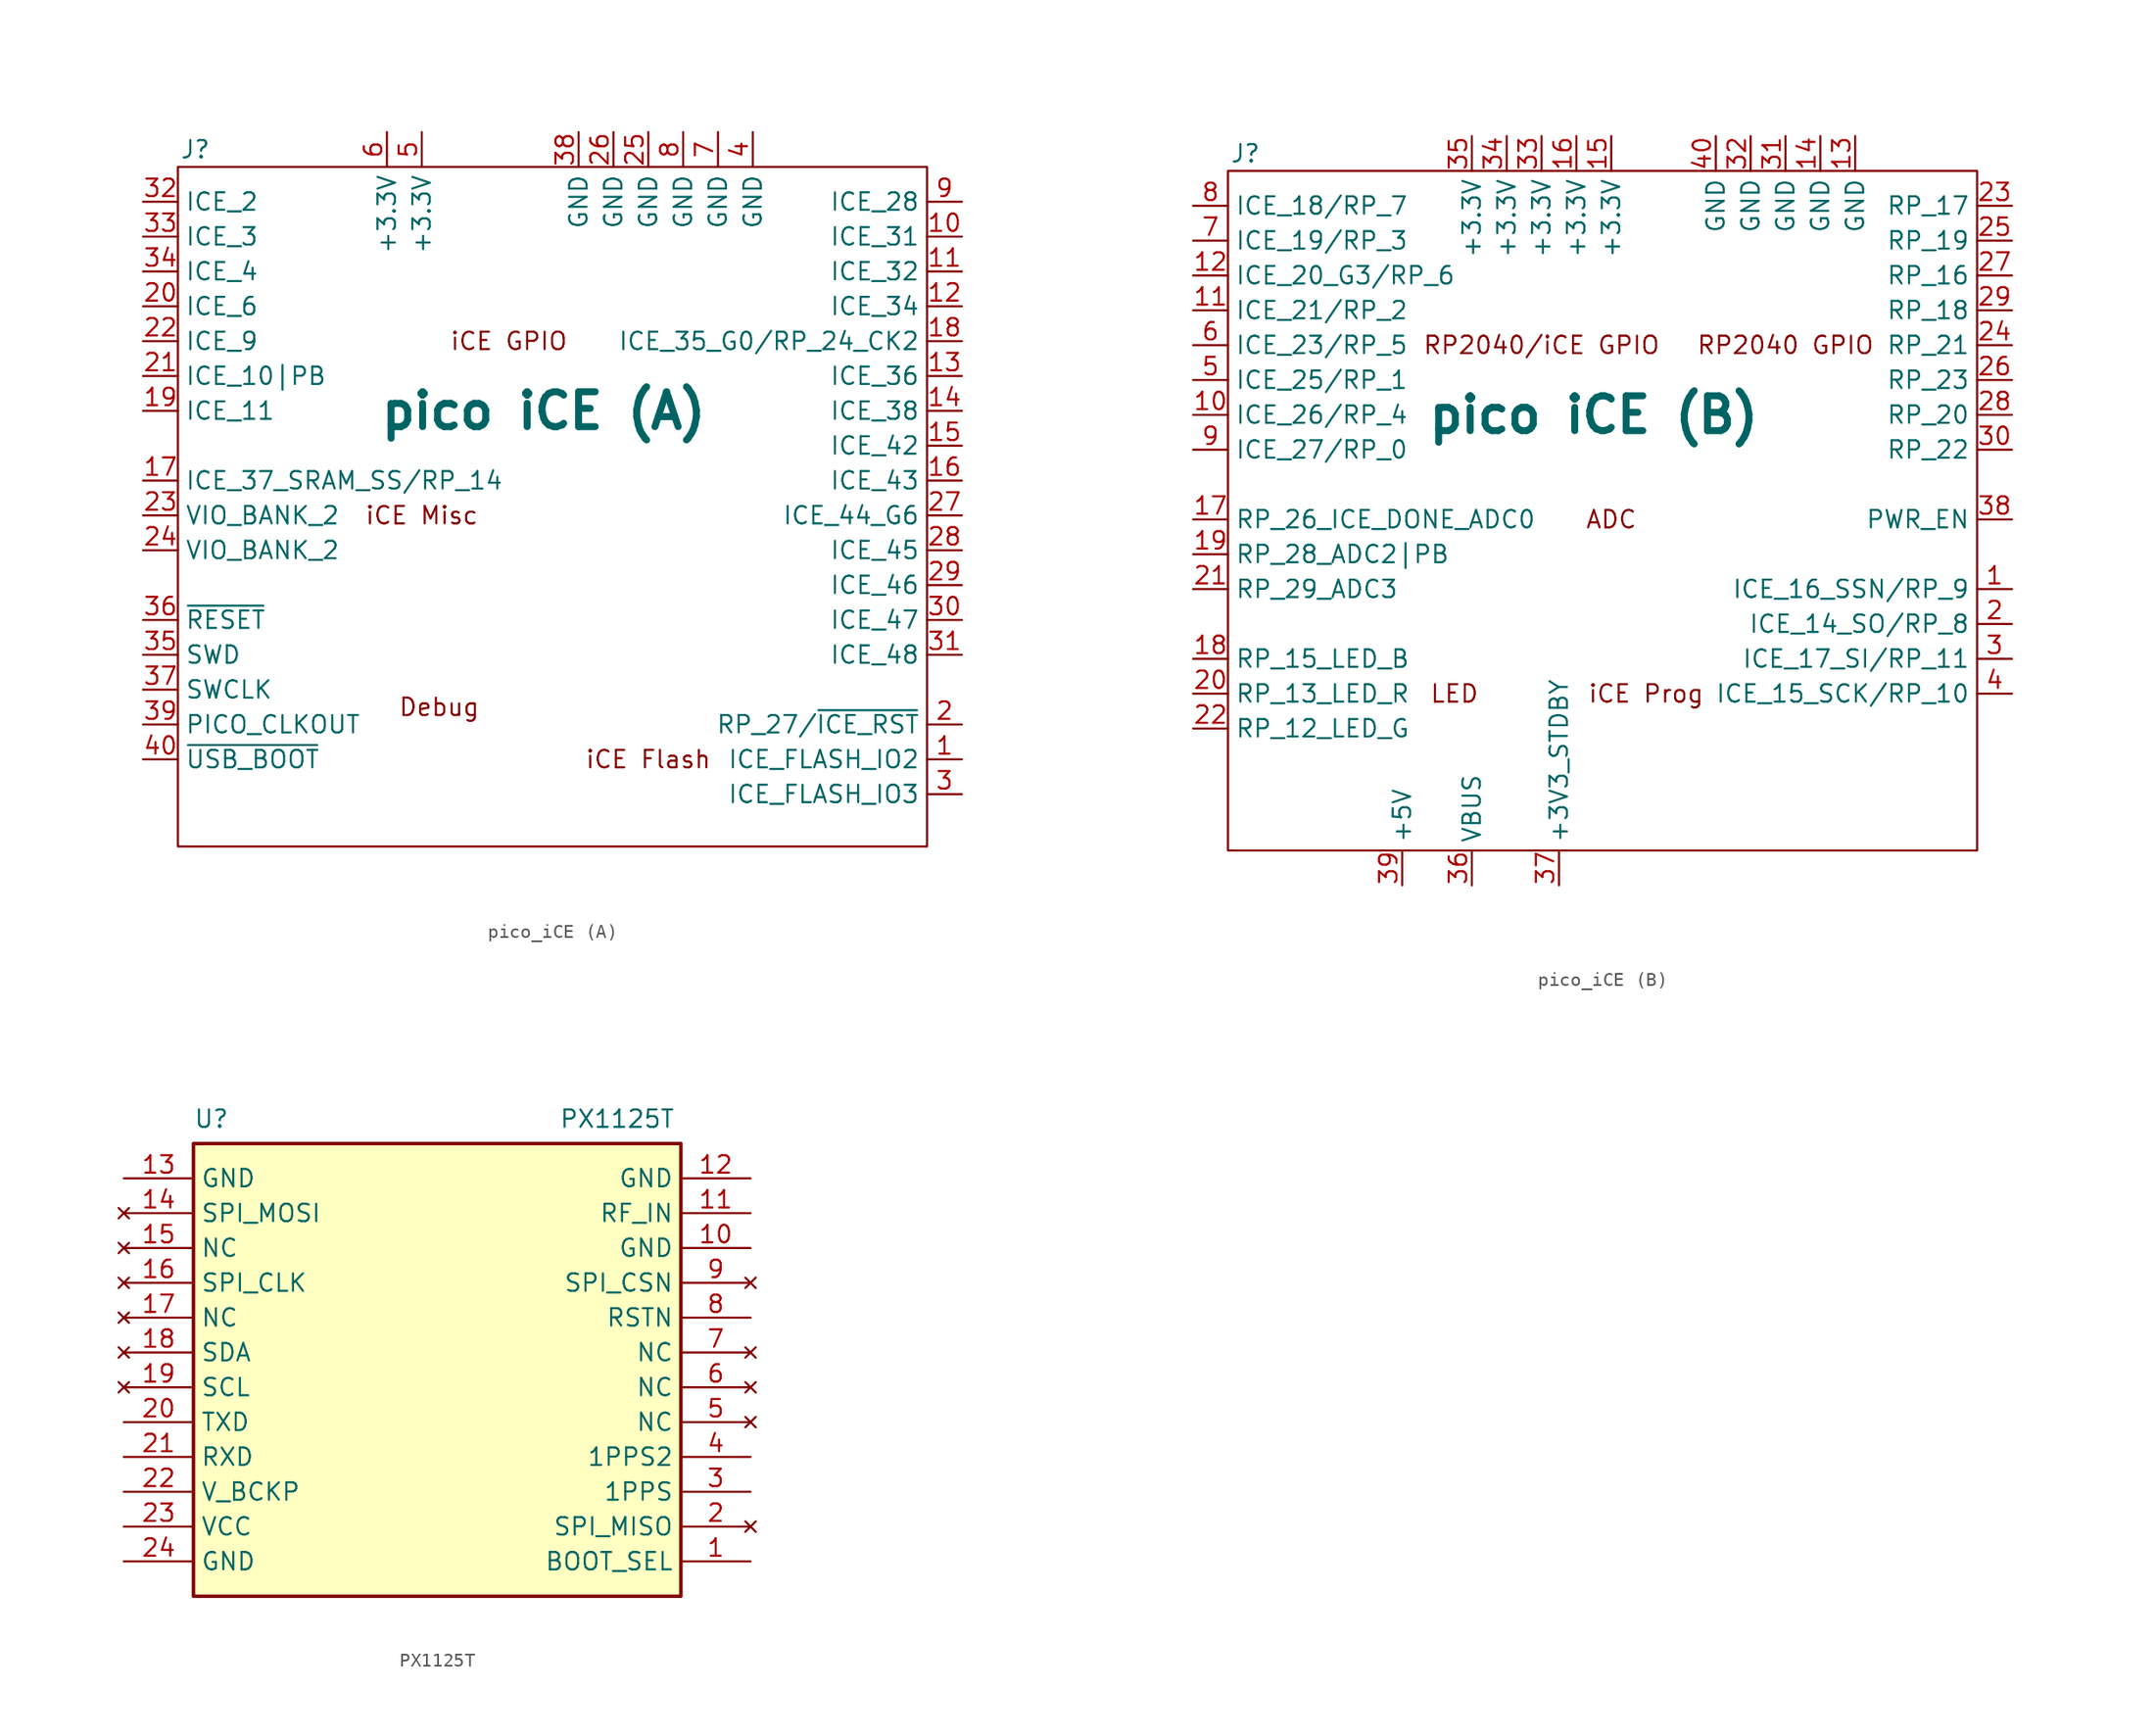
<source format=kicad_sym>
(kicad_symbol_lib
  (version 20220914)
  (generator kicad_symbol_editor)
  (symbol "pico_iCE (A)"
    (property "Reference" "J"
      (at 1.27 50.8 0)
      (effects (font (size 1.27 1.27))))
    (property "Value" "pico iCE (A)"
      (at 26.67 31.75 0)
      (do_not_autoplace)
      (effects (font (size 2.54 2.54) bold)))
    (symbol "pico_iCE (A)_0_1"
      (rectangle (start 0 49.53) (end 54.61 0) (stroke (width 0) (type default)) (fill (type none))))
    (symbol "pico_iCE (A)_1_1"
      (text "Debug" (at 19.05 10.16 0) (effects (font (size 1.27 1.27))))
      (text "iCE Flash" (at 34.29 6.35 0) (effects (font (size 1.27 1.27))))
      (text "iCE GPIO" (at 24.13 36.83 0) (effects (font (size 1.27 1.27))))
      (text "iCE Misc" (at 17.78 24.13 0) (effects (font (size 1.27 1.27))))
      (pin bidirectional line (at 57.15 6.35 180) (length 2.54) (name "ICE_FLASH_IO2" (effects (font (size 1.27 1.27)))) (number "1" (effects (font (size 1.27 1.27)))))
      (pin bidirectional line (at 57.15 44.45 180) (length 2.54) (name "ICE_31" (effects (font (size 1.27 1.27)))) (number "10" (effects (font (size 1.27 1.27)))))
      (pin bidirectional line (at 57.15 41.91 180) (length 2.54) (name "ICE_32" (effects (font (size 1.27 1.27)))) (number "11" (effects (font (size 1.27 1.27)))))
      (pin bidirectional line (at 57.15 39.37 180) (length 2.54) (name "ICE_34" (effects (font (size 1.27 1.27)))) (number "12" (effects (font (size 1.27 1.27)))))
      (pin bidirectional line (at 57.15 34.29 180) (length 2.54) (name "ICE_36" (effects (font (size 1.27 1.27)))) (number "13" (effects (font (size 1.27 1.27)))))
      (pin bidirectional line (at 57.15 31.75 180) (length 2.54) (name "ICE_38" (effects (font (size 1.27 1.27)))) (number "14" (effects (font (size 1.27 1.27)))))
      (pin bidirectional line (at 57.15 29.21 180) (length 2.54) (name "ICE_42" (effects (font (size 1.27 1.27)))) (number "15" (effects (font (size 1.27 1.27)))))
      (pin bidirectional line (at 57.15 26.67 180) (length 2.54) (name "ICE_43" (effects (font (size 1.27 1.27)))) (number "16" (effects (font (size 1.27 1.27)))))
      (pin bidirectional line (at -2.54 26.67 0) (length 2.54) (name "ICE_37_SRAM_SS/RP_14" (effects (font (size 1.27 1.27)))) (number "17" (effects (font (size 1.27 1.27)))))
      (pin bidirectional line (at 57.15 36.83 180) (length 2.54) (name "ICE_35_G0/RP_24_CK2" (effects (font (size 1.27 1.27)))) (number "18" (effects (font (size 1.27 1.27)))))
      (pin bidirectional line (at -2.54 31.75 0) (length 2.54) (name "ICE_11" (effects (font (size 1.27 1.27)))) (number "19" (effects (font (size 1.27 1.27)))))
      (pin bidirectional line (at 57.15 8.89 180) (length 2.54) (name "RP_27/~{ICE_RST}" (effects (font (size 1.27 1.27)))) (number "2" (effects (font (size 1.27 1.27)))))
      (pin bidirectional line (at -2.54 39.37 0) (length 2.54) (name "ICE_6" (effects (font (size 1.27 1.27)))) (number "20" (effects (font (size 1.27 1.27)))))
      (pin bidirectional line (at -2.54 34.29 0) (length 2.54) (name "ICE_10|PB" (effects (font (size 1.27 1.27)))) (number "21" (effects (font (size 1.27 1.27)))))
      (pin bidirectional line (at -2.54 36.83 0) (length 2.54) (name "ICE_9" (effects (font (size 1.27 1.27)))) (number "22" (effects (font (size 1.27 1.27)))))
      (pin bidirectional line (at -2.54 24.13 0) (length 2.54) (name "VIO_BANK_2" (effects (font (size 1.27 1.27)))) (number "23" (effects (font (size 1.27 1.27)))))
      (pin bidirectional line (at -2.54 21.59 0) (length 2.54) (name "VIO_BANK_2" (effects (font (size 1.27 1.27)))) (number "24" (effects (font (size 1.27 1.27)))))
      (pin passive line (at 34.29 52.07 270) (length 2.54) (name "GND" (effects (font (size 1.27 1.27)))) (number "25" (effects (font (size 1.27 1.27)))))
      (pin passive line (at 31.75 52.07 270) (length 2.54) (name "GND" (effects (font (size 1.27 1.27)))) (number "26" (effects (font (size 1.27 1.27)))))
      (pin bidirectional line (at 57.15 24.13 180) (length 2.54) (name "ICE_44_G6" (effects (font (size 1.27 1.27)))) (number "27" (effects (font (size 1.27 1.27)))))
      (pin bidirectional line (at 57.15 21.59 180) (length 2.54) (name "ICE_45" (effects (font (size 1.27 1.27)))) (number "28" (effects (font (size 1.27 1.27)))))
      (pin bidirectional line (at 57.15 19.05 180) (length 2.54) (name "ICE_46" (effects (font (size 1.27 1.27)))) (number "29" (effects (font (size 1.27 1.27)))))
      (pin bidirectional line (at 57.15 3.81 180) (length 2.54) (name "ICE_FLASH_IO3" (effects (font (size 1.27 1.27)))) (number "3" (effects (font (size 1.27 1.27)))))
      (pin bidirectional line (at 57.15 16.51 180) (length 2.54) (name "ICE_47" (effects (font (size 1.27 1.27)))) (number "30" (effects (font (size 1.27 1.27)))))
      (pin bidirectional line (at 57.15 13.97 180) (length 2.54) (name "ICE_48" (effects (font (size 1.27 1.27)))) (number "31" (effects (font (size 1.27 1.27)))))
      (pin bidirectional line (at -2.54 46.99 0) (length 2.54) (name "ICE_2" (effects (font (size 1.27 1.27)))) (number "32" (effects (font (size 1.27 1.27)))))
      (pin bidirectional line (at -2.54 44.45 0) (length 2.54) (name "ICE_3" (effects (font (size 1.27 1.27)))) (number "33" (effects (font (size 1.27 1.27)))))
      (pin bidirectional line (at -2.54 41.91 0) (length 2.54) (name "ICE_4" (effects (font (size 1.27 1.27)))) (number "34" (effects (font (size 1.27 1.27)))))
      (pin bidirectional line (at -2.54 13.97 0) (length 2.54) (name "SWD" (effects (font (size 1.27 1.27)))) (number "35" (effects (font (size 1.27 1.27)))))
      (pin bidirectional line (at -2.54 16.51 0) (length 2.54) (name "~{RESET}" (effects (font (size 1.27 1.27)))) (number "36" (effects (font (size 1.27 1.27)))))
      (pin bidirectional line (at -2.54 11.43 0) (length 2.54) (name "SWCLK" (effects (font (size 1.27 1.27)))) (number "37" (effects (font (size 1.27 1.27)))))
      (pin passive line (at 29.21 52.07 270) (length 2.54) (name "GND" (effects (font (size 1.27 1.27)))) (number "38" (effects (font (size 1.27 1.27)))))
      (pin output line (at -2.54 8.89 0) (length 2.54) (name "PICO_CLKOUT" (effects (font (size 1.27 1.27)))) (number "39" (effects (font (size 1.27 1.27)))))
      (pin power_out line (at 41.91 52.07 270) (length 2.54) (name "GND" (effects (font (size 1.27 1.27)))) (number "4" (effects (font (size 1.27 1.27)))))
      (pin input line (at -2.54 6.35 0) (length 2.54) (name "~{USB_BOOT}" (effects (font (size 1.27 1.27)))) (number "40" (effects (font (size 1.27 1.27)))))
      (pin power_out line (at 17.78 52.07 270) (length 2.54) (name "+3.3V" (effects (font (size 1.27 1.27)))) (number "5" (effects (font (size 1.27 1.27)))))
      (pin passive line (at 15.24 52.07 270) (length 2.54) (name "+3.3V" (effects (font (size 1.27 1.27)))) (number "6" (effects (font (size 1.27 1.27)))))
      (pin passive line (at 39.37 52.07 270) (length 2.54) (name "GND" (effects (font (size 1.27 1.27)))) (number "7" (effects (font (size 1.27 1.27)))))
      (pin passive line (at 36.83 52.07 270) (length 2.54) (name "GND" (effects (font (size 1.27 1.27)))) (number "8" (effects (font (size 1.27 1.27)))))
      (pin bidirectional line (at 57.15 46.99 180) (length 2.54) (name "ICE_28" (effects (font (size 1.27 1.27)))) (number "9" (effects (font (size 1.27 1.27)))))))
  (symbol "pico_iCE (B)"
    (property "Reference" "J"
      (at 1.27 50.8 0)
      (effects (font (size 1.27 1.27))))
    (property "Value" "pico iCE (B)"
      (at 26.67 31.75 0)
      (do_not_autoplace)
      (effects (font (size 2.54 2.54) bold)))
    (symbol "pico_iCE (B)_0_1"
      (rectangle (start 0 49.53) (end 54.61 0) (stroke (width 0) (type default)) (fill (type none))))
    (symbol "pico_iCE (B)_1_1"
      (text "ADC" (at 27.94 24.13 0) (effects (font (size 1.27 1.27))))
      (text "iCE Prog" (at 30.48 11.43 0) (effects (font (size 1.27 1.27))))
      (text "LED" (at 16.51 11.43 0) (effects (font (size 1.27 1.27))))
      (text "RP2040 GPIO" (at 40.64 36.83 0) (effects (font (size 1.27 1.27))))
      (text "RP2040/iCE GPIO" (at 22.86 36.83 0) (effects (font (size 1.27 1.27))))
      (pin bidirectional line (at 57.15 19.05 180) (length 2.54) (name "ICE_16_SSN/RP_9" (effects (font (size 1.27 1.27)))) (number "1" (effects (font (size 1.27 1.27)))))
      (pin bidirectional line (at -2.54 31.75 0) (length 2.54) (name "ICE_26/RP_4" (effects (font (size 1.27 1.27)))) (number "10" (effects (font (size 1.27 1.27)))))
      (pin bidirectional line (at -2.54 39.37 0) (length 2.54) (name "ICE_21/RP_2" (effects (font (size 1.27 1.27)))) (number "11" (effects (font (size 1.27 1.27)))))
      (pin bidirectional line (at -2.54 41.91 0) (length 2.54) (name "ICE_20_G3/RP_6" (effects (font (size 1.27 1.27)))) (number "12" (effects (font (size 1.27 1.27)))))
      (pin passive line (at 45.72 52.07 270) (length 2.54) (name "GND" (effects (font (size 1.27 1.27)))) (number "13" (effects (font (size 1.27 1.27)))))
      (pin passive line (at 43.18 52.07 270) (length 2.54) (name "GND" (effects (font (size 1.27 1.27)))) (number "14" (effects (font (size 1.27 1.27)))))
      (pin passive line (at 27.94 52.07 270) (length 2.54) (name "+3.3V" (effects (font (size 1.27 1.27)))) (number "15" (effects (font (size 1.27 1.27)))))
      (pin passive line (at 25.4 52.07 270) (length 2.54) (name "+3.3V" (effects (font (size 1.27 1.27)))) (number "16" (effects (font (size 1.27 1.27)))))
      (pin input line (at -2.54 24.13 0) (length 2.54) (name "RP_26_ICE_DONE_ADC0" (effects (font (size 1.27 1.27)))) (number "17" (effects (font (size 1.27 1.27)))))
      (pin output line (at -2.54 13.97 0) (length 2.54) (name "RP_15_LED_B" (effects (font (size 1.27 1.27)))) (number "18" (effects (font (size 1.27 1.27)))))
      (pin input line (at -2.54 21.59 0) (length 2.54) (name "RP_28_ADC2|PB" (effects (font (size 1.27 1.27)))) (number "19" (effects (font (size 1.27 1.27)))))
      (pin bidirectional line (at 57.15 16.51 180) (length 2.54) (name "ICE_14_SO/RP_8" (effects (font (size 1.27 1.27)))) (number "2" (effects (font (size 1.27 1.27)))))
      (pin output line (at -2.54 11.43 0) (length 2.54) (name "RP_13_LED_R" (effects (font (size 1.27 1.27)))) (number "20" (effects (font (size 1.27 1.27)))))
      (pin input line (at -2.54 19.05 0) (length 2.54) (name "RP_29_ADC3" (effects (font (size 1.27 1.27)))) (number "21" (effects (font (size 1.27 1.27)))))
      (pin output line (at -2.54 8.89 0) (length 2.54) (name "RP_12_LED_G" (effects (font (size 1.27 1.27)))) (number "22" (effects (font (size 1.27 1.27)))))
      (pin bidirectional line (at 57.15 46.99 180) (length 2.54) (name "RP_17" (effects (font (size 1.27 1.27)))) (number "23" (effects (font (size 1.27 1.27)))))
      (pin bidirectional line (at 57.15 36.83 180) (length 2.54) (name "RP_21" (effects (font (size 1.27 1.27)))) (number "24" (effects (font (size 1.27 1.27)))))
      (pin bidirectional line (at 57.15 44.45 180) (length 2.54) (name "RP_19" (effects (font (size 1.27 1.27)))) (number "25" (effects (font (size 1.27 1.27)))))
      (pin bidirectional line (at 57.15 34.29 180) (length 2.54) (name "RP_23" (effects (font (size 1.27 1.27)))) (number "26" (effects (font (size 1.27 1.27)))))
      (pin bidirectional line (at 57.15 41.91 180) (length 2.54) (name "RP_16" (effects (font (size 1.27 1.27)))) (number "27" (effects (font (size 1.27 1.27)))))
      (pin bidirectional line (at 57.15 31.75 180) (length 2.54) (name "RP_20" (effects (font (size 1.27 1.27)))) (number "28" (effects (font (size 1.27 1.27)))))
      (pin bidirectional line (at 57.15 39.37 180) (length 2.54) (name "RP_18" (effects (font (size 1.27 1.27)))) (number "29" (effects (font (size 1.27 1.27)))))
      (pin bidirectional line (at 57.15 13.97 180) (length 2.54) (name "ICE_17_SI/RP_11" (effects (font (size 1.27 1.27)))) (number "3" (effects (font (size 1.27 1.27)))))
      (pin bidirectional line (at 57.15 29.21 180) (length 2.54) (name "RP_22" (effects (font (size 1.27 1.27)))) (number "30" (effects (font (size 1.27 1.27)))))
      (pin passive line (at 40.64 52.07 270) (length 2.54) (name "GND" (effects (font (size 1.27 1.27)))) (number "31" (effects (font (size 1.27 1.27)))))
      (pin passive line (at 38.1 52.07 270) (length 2.54) (name "GND" (effects (font (size 1.27 1.27)))) (number "32" (effects (font (size 1.27 1.27)))))
      (pin passive line (at 22.86 52.07 270) (length 2.54) (name "+3.3V" (effects (font (size 1.27 1.27)))) (number "33" (effects (font (size 1.27 1.27)))))
      (pin passive line (at 20.32 52.07 270) (length 2.54) (name "+3.3V" (effects (font (size 1.27 1.27)))) (number "34" (effects (font (size 1.27 1.27)))))
      (pin passive line (at 17.78 52.07 270) (length 2.54) (name "+3.3V" (effects (font (size 1.27 1.27)))) (number "35" (effects (font (size 1.27 1.27)))))
      (pin power_out line (at 17.78 -2.54 90) (length 2.54) (name "VBUS" (effects (font (size 1.27 1.27)))) (number "36" (effects (font (size 1.27 1.27)))))
      (pin power_in line (at 24.13 -2.54 90) (length 2.54) (name "+3V3_STDBY" (effects (font (size 1.27 1.27)))) (number "37" (effects (font (size 1.27 1.27)))))
      (pin bidirectional line (at 57.15 24.13 180) (length 2.54) (name "PWR_EN" (effects (font (size 1.27 1.27)))) (number "38" (effects (font (size 1.27 1.27)))))
      (pin power_out line (at 12.7 -2.54 90) (length 2.54) (name "+5V" (effects (font (size 1.27 1.27)))) (number "39" (effects (font (size 1.27 1.27)))))
      (pin bidirectional line (at 57.15 11.43 180) (length 2.54) (name "ICE_15_SCK/RP_10" (effects (font (size 1.27 1.27)))) (number "4" (effects (font (size 1.27 1.27)))))
      (pin passive line (at 35.56 52.07 270) (length 2.54) (name "GND" (effects (font (size 1.27 1.27)))) (number "40" (effects (font (size 1.27 1.27)))))
      (pin bidirectional line (at -2.54 34.29 0) (length 2.54) (name "ICE_25/RP_1" (effects (font (size 1.27 1.27)))) (number "5" (effects (font (size 1.27 1.27)))))
      (pin bidirectional line (at -2.54 36.83 0) (length 2.54) (name "ICE_23/RP_5" (effects (font (size 1.27 1.27)))) (number "6" (effects (font (size 1.27 1.27)))))
      (pin bidirectional line (at -2.54 44.45 0) (length 2.54) (name "ICE_19/RP_3" (effects (font (size 1.27 1.27)))) (number "7" (effects (font (size 1.27 1.27)))))
      (pin bidirectional line (at -2.54 46.99 0) (length 2.54) (name "ICE_18/RP_7" (effects (font (size 1.27 1.27)))) (number "8" (effects (font (size 1.27 1.27)))))
      (pin bidirectional line (at -2.54 29.21 0) (length 2.54) (name "ICE_27/RP_0" (effects (font (size 1.27 1.27)))) (number "9" (effects (font (size 1.27 1.27)))))))
  (symbol "PX1125T"
    (property "Reference" "U"
      (at 5.08 5.08 0)
      (effects (font (size 1.27 1.27)) (justify left top)))
    (property "Value" "PX1125T"
      (at 31.75 5.08 0)
      (effects (font (size 1.27 1.27)) (justify left top)))
    (symbol "PX1125T_1_1"
      (rectangle (start 5.08 2.54) (end 40.64 -30.48) (stroke (width 0.254) (type default)) (fill (type background)))
      (pin input line (at 45.72 -27.94 180) (length 5.08) (name "BOOT_SEL" (effects (font (size 1.27 1.27)))) (number "1" (effects (font (size 1.27 1.27)))))
      (pin power_in line (at 45.72 -5.08 180) (length 5.08) (name "GND" (effects (font (size 1.27 1.27)))) (number "10" (effects (font (size 1.27 1.27)))))
      (pin input line (at 45.72 -2.54 180) (length 5.08) (name "RF_IN" (effects (font (size 1.27 1.27)))) (number "11" (effects (font (size 1.27 1.27)))))
      (pin power_in line (at 45.72 0 180) (length 5.08) (name "GND" (effects (font (size 1.27 1.27)))) (number "12" (effects (font (size 1.27 1.27)))))
      (pin power_in line (at 0 0 0) (length 5.08) (name "GND" (effects (font (size 1.27 1.27)))) (number "13" (effects (font (size 1.27 1.27)))))
      (pin no_connect line (at 0 -2.54 0) (length 5.08) (name "SPI_MOSI" (effects (font (size 1.27 1.27)))) (number "14" (effects (font (size 1.27 1.27)))))
      (pin no_connect line (at 0 -5.08 0) (length 5.08) (name "NC" (effects (font (size 1.27 1.27)))) (number "15" (effects (font (size 1.27 1.27)))))
      (pin no_connect line (at 0 -7.62 0) (length 5.08) (name "SPI_CLK" (effects (font (size 1.27 1.27)))) (number "16" (effects (font (size 1.27 1.27)))))
      (pin no_connect line (at 0 -10.16 0) (length 5.08) (name "NC" (effects (font (size 1.27 1.27)))) (number "17" (effects (font (size 1.27 1.27)))))
      (pin no_connect line (at 0 -12.7 0) (length 5.08) (name "SDA" (effects (font (size 1.27 1.27)))) (number "18" (effects (font (size 1.27 1.27)))))
      (pin no_connect line (at 0 -15.24 0) (length 5.08) (name "SCL" (effects (font (size 1.27 1.27)))) (number "19" (effects (font (size 1.27 1.27)))))
      (pin no_connect line (at 45.72 -25.4 180) (length 5.08) (name "SPI_MISO" (effects (font (size 1.27 1.27)))) (number "2" (effects (font (size 1.27 1.27)))))
      (pin output line (at 0 -17.78 0) (length 5.08) (name "TXD" (effects (font (size 1.27 1.27)))) (number "20" (effects (font (size 1.27 1.27)))))
      (pin input line (at 0 -20.32 0) (length 5.08) (name "RXD" (effects (font (size 1.27 1.27)))) (number "21" (effects (font (size 1.27 1.27)))))
      (pin power_in line (at 0 -22.86 0) (length 5.08) (name "V_BCKP" (effects (font (size 1.27 1.27)))) (number "22" (effects (font (size 1.27 1.27)))))
      (pin power_in line (at 0 -25.4 0) (length 5.08) (name "VCC" (effects (font (size 1.27 1.27)))) (number "23" (effects (font (size 1.27 1.27)))))
      (pin power_in line (at 0 -27.94 0) (length 5.08) (name "GND" (effects (font (size 1.27 1.27)))) (number "24" (effects (font (size 1.27 1.27)))))
      (pin output line (at 45.72 -22.86 180) (length 5.08) (name "1PPS" (effects (font (size 1.27 1.27)))) (number "3" (effects (font (size 1.27 1.27)))))
      (pin output line (at 45.72 -20.32 180) (length 5.08) (name "1PPS2" (effects (font (size 1.27 1.27)))) (number "4" (effects (font (size 1.27 1.27)))))
      (pin no_connect line (at 45.72 -17.78 180) (length 5.08) (name "NC" (effects (font (size 1.27 1.27)))) (number "5" (effects (font (size 1.27 1.27)))))
      (pin no_connect line (at 45.72 -15.24 180) (length 5.08) (name "NC" (effects (font (size 1.27 1.27)))) (number "6" (effects (font (size 1.27 1.27)))))
      (pin no_connect line (at 45.72 -12.7 180) (length 5.08) (name "NC" (effects (font (size 1.27 1.27)))) (number "7" (effects (font (size 1.27 1.27)))))
      (pin input line (at 45.72 -10.16 180) (length 5.08) (name "RSTN" (effects (font (size 1.27 1.27)))) (number "8" (effects (font (size 1.27 1.27)))))
      (pin no_connect line (at 45.72 -7.62 180) (length 5.08) (name "SPI_CSN" (effects (font (size 1.27 1.27)))) (number "9" (effects (font (size 1.27 1.27))))))))
</source>
